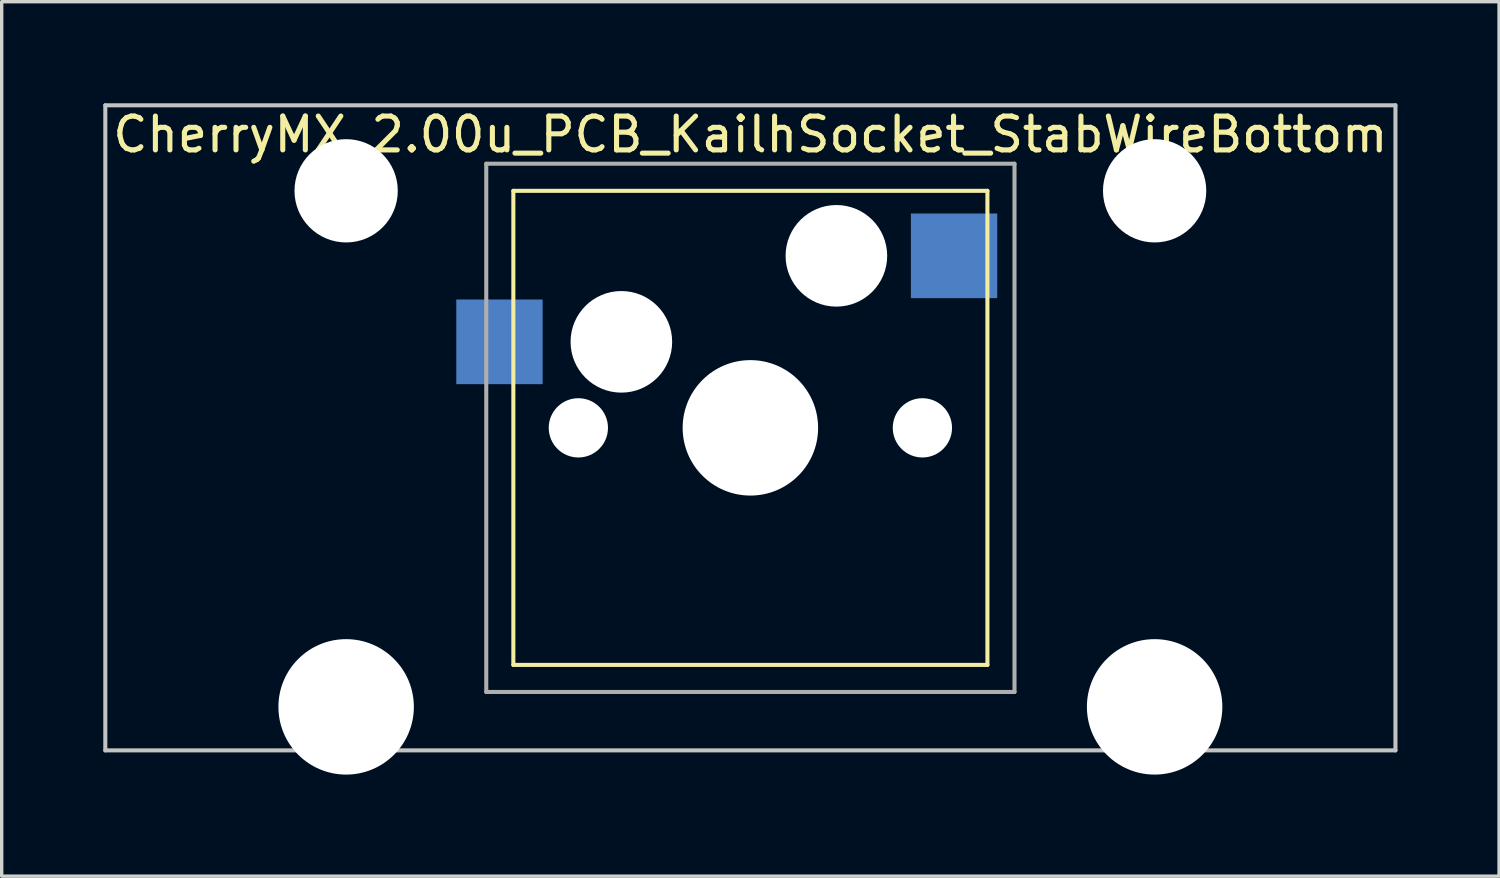
<source format=kicad_pcb>
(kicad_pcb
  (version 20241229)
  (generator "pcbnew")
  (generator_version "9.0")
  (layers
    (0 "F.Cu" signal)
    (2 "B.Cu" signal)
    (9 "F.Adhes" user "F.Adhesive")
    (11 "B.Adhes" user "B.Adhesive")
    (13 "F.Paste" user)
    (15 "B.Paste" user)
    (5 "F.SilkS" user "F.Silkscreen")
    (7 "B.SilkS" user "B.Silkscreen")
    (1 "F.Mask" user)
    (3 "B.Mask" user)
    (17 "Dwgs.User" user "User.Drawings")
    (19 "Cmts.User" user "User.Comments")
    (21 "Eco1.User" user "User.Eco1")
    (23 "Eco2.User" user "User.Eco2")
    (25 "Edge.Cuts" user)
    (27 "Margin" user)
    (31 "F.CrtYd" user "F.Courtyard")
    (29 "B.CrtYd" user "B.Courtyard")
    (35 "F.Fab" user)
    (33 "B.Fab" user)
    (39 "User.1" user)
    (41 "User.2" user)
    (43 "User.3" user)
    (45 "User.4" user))
  (footprint "CherryMX_2.00u_PCB_KailhSocket_StabWireBottom"
    (layer "F.Cu")
    (at 21.65 4.505)
    (property "Reference" "CherryMX_2.00u_PCB_KailhSocket_StabWireBottom" (at -2.54 -3.583 0) (layer "F.SilkS") (effects (font (size 1 1) (thickness 0.15))))
    (attr through_hole)
    (fp_line (start -9.54 -1.92) (end -9.54 12.08) (stroke (width 0.12) (type solid)) (layer "F.SilkS"))
    (fp_line (start -9.54 -1.92) (end 4.46 -1.92) (stroke (width 0.12) (type solid)) (layer "F.SilkS"))
    (fp_line (start 4.46 -1.92) (end 4.46 12.08) (stroke (width 0.12) (type solid)) (layer "F.SilkS"))
    (fp_line (start 4.46 12.08) (end -9.54 12.08) (stroke (width 0.12) (type solid)) (layer "F.SilkS"))
    (fp_line (start -21.59 -4.445) (end 16.51 -4.445) (stroke (width 0.12) (type solid)) (layer "Dwgs.User"))
    (fp_line (start -21.59 14.605) (end -21.59 -4.445) (stroke (width 0.12) (type solid)) (layer "Dwgs.User"))
    (fp_line (start 16.51 -4.445) (end 16.51 14.605) (stroke (width 0.12) (type solid)) (layer "Dwgs.User"))
    (fp_line (start 16.51 14.605) (end -21.59 14.605) (stroke (width 0.12) (type solid)) (layer "Dwgs.User"))
    (fp_line (start -10.34 -2.72) (end -10.34 12.88) (stroke (width 0.12) (type solid)) (layer "F.Fab"))
    (fp_line (start -10.34 -2.72) (end 5.26 -2.72) (stroke (width 0.12) (type solid)) (layer "F.Fab"))
    (fp_line (start -10.34 12.88) (end 5.26 12.88) (stroke (width 0.12) (type solid)) (layer "F.Fab"))
    (fp_line (start 5.26 -2.72) (end 5.26 12.88) (stroke (width 0.12) (type solid)) (layer "F.Fab"))
    (pad "" np_thru_hole circle (at -14.478 -1.92) (size 3.05 3.05) (drill 3.05) (layers "*.Cu" "*.Mask"))
    (pad "" np_thru_hole circle (at -14.478 13.32) (size 4 4) (drill 4) (layers "*.Cu" "*.Mask"))
    (pad "" np_thru_hole circle (at -7.62 5.08) (size 1.75 1.75) (drill 1.75) (layers "*.Cu" "*.Mask"))
    (pad "" np_thru_hole circle (at -6.35 2.54) (size 3 3) (drill 3) (layers "*.Cu" "*.Mask"))
    (pad "" np_thru_hole circle (at -2.54 5.08) (size 4 4) (drill 4) (layers "*.Cu" "*.Mask"))
    (pad "" np_thru_hole circle (at 0 0) (size 3 3) (drill 3) (layers "*.Cu" "*.Mask"))
    (pad "" np_thru_hole circle (at 2.54 5.08) (size 1.75 1.75) (drill 1.75) (layers "*.Cu" "*.Mask"))
    (pad "" np_thru_hole circle (at 9.398 -1.92) (size 3.05 3.05) (drill 3.05) (layers "*.Cu" "*.Mask"))
    (pad "" np_thru_hole circle (at 9.398 13.32) (size 4 4) (drill 4) (layers "*.Cu" "*.Mask"))
    (pad "1" smd rect (at 3.475 0) (size 2.55 2.5) (layers "B.Cu" "B.Mask" "B.Paste"))
    (pad "2" smd rect (at -9.95 2.54) (size 2.55 2.5) (layers "B.Cu" "B.Mask" "B.Paste")))
  (gr_rect
    (start -3 -3)
    (end 41.22 22.825)
    (stroke (width 0.1) (type default))
    (fill no)
    (layer "Edge.Cuts")))
</source>
